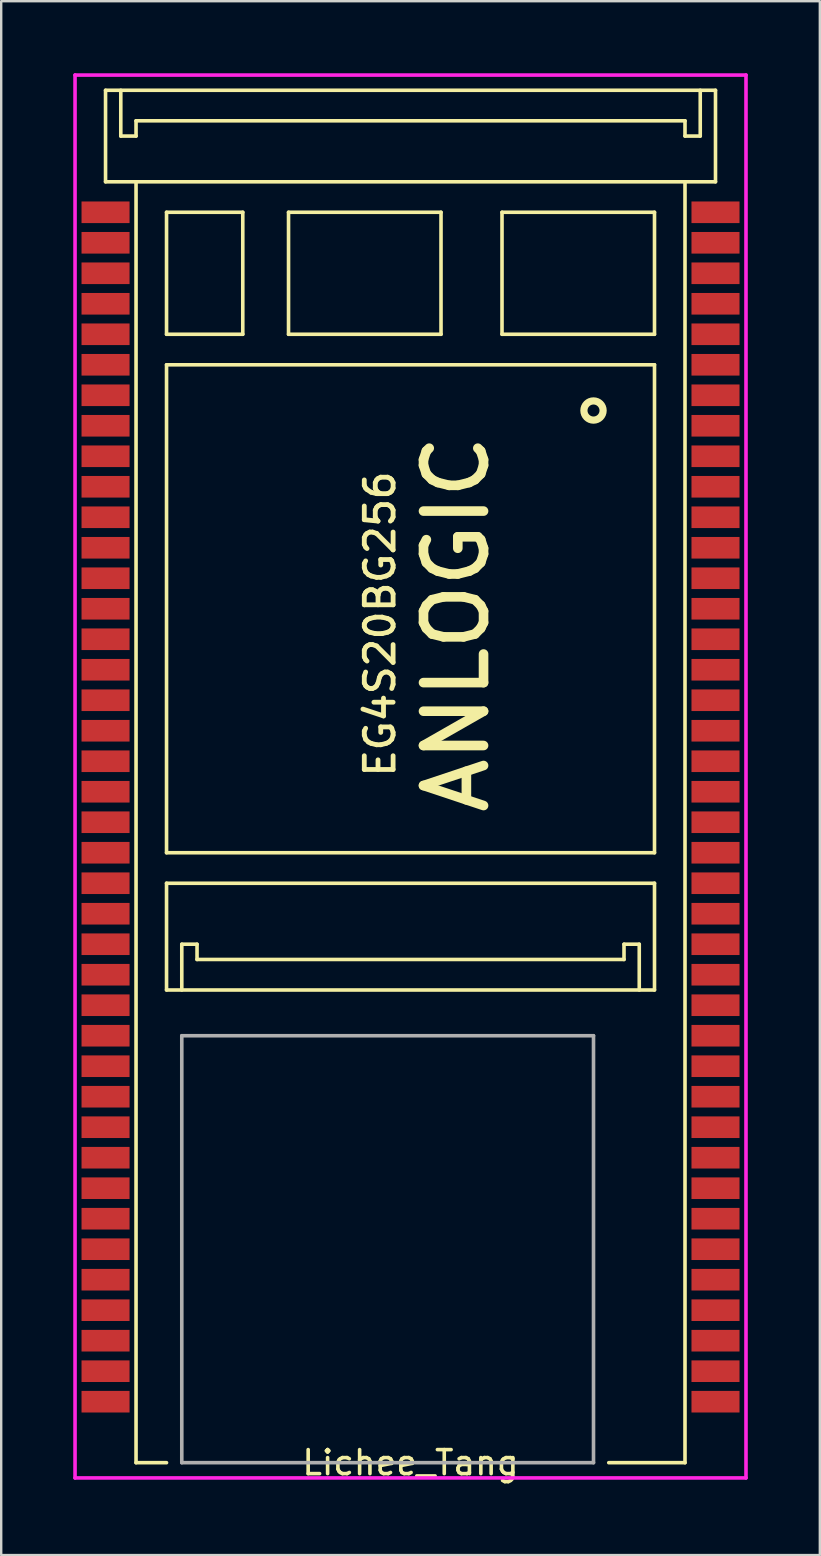
<source format=kicad_pcb>
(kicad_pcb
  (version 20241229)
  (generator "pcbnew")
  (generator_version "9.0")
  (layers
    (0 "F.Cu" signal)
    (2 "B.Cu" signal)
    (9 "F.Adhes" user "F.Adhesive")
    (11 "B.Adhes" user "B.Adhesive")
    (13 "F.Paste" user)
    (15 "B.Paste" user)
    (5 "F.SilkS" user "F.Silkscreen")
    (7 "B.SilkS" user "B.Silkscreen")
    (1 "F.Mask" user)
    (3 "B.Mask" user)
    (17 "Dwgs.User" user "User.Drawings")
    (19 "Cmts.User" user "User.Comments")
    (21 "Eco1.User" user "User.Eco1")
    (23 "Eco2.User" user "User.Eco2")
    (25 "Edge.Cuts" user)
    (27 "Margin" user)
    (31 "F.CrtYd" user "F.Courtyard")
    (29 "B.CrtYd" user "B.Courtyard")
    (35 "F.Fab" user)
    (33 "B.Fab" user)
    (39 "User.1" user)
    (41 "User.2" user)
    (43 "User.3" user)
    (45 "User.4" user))
  (footprint "Lichee_Tang"
    (layer "F.Cu")
    (at 14.045 29.92)
    (property "Reference" "Lichee_Tang" (at 0 27.94 0) (layer "F.SilkS") (effects (font (size 1 1) (thickness 0.15))))
    (attr through_hole)
    (fp_line (start -12.7 -29.21) (end 12.7 -29.21) (stroke (width 0.15) (type solid)) (layer "F.SilkS"))
    (fp_line (start -12.7 -25.4) (end -12.7 -29.21) (stroke (width 0.15) (type solid)) (layer "F.SilkS"))
    (fp_line (start -12.065 -29.21) (end -12.065 -27.305) (stroke (width 0.15) (type solid)) (layer "F.SilkS"))
    (fp_line (start -12.065 -27.305) (end -11.43 -27.305) (stroke (width 0.15) (type solid)) (layer "F.SilkS"))
    (fp_line (start -11.43 -27.94) (end 11.43 -27.94) (stroke (width 0.15) (type solid)) (layer "F.SilkS"))
    (fp_line (start -11.43 -27.305) (end -11.43 -27.94) (stroke (width 0.15) (type solid)) (layer "F.SilkS"))
    (fp_line (start -11.43 -25.4) (end -11.43 27.94) (stroke (width 0.15) (type solid)) (layer "F.SilkS"))
    (fp_line (start -11.43 27.94) (end -10.16 27.94) (stroke (width 0.15) (type solid)) (layer "F.SilkS"))
    (fp_line (start -10.16 -24.13) (end -6.985 -24.13) (stroke (width 0.15) (type solid)) (layer "F.SilkS"))
    (fp_line (start -10.16 -19.05) (end -10.16 -24.13) (stroke (width 0.15) (type solid)) (layer "F.SilkS"))
    (fp_line (start -10.16 -17.78) (end 10.16 -17.78) (stroke (width 0.15) (type solid)) (layer "F.SilkS"))
    (fp_line (start -10.16 2.54) (end -10.16 -17.78) (stroke (width 0.15) (type solid)) (layer "F.SilkS"))
    (fp_line (start -10.16 3.81) (end -10.16 8.255) (stroke (width 0.15) (type solid)) (layer "F.SilkS"))
    (fp_line (start -10.16 8.255) (end 10.16 8.255) (stroke (width 0.15) (type solid)) (layer "F.SilkS"))
    (fp_line (start -9.525 6.35) (end -8.89 6.35) (stroke (width 0.15) (type solid)) (layer "F.SilkS"))
    (fp_line (start -9.525 8.255) (end -9.525 6.35) (stroke (width 0.15) (type solid)) (layer "F.SilkS"))
    (fp_line (start -8.89 6.35) (end -8.89 6.985) (stroke (width 0.15) (type solid)) (layer "F.SilkS"))
    (fp_line (start -8.89 6.985) (end 8.89 6.985) (stroke (width 0.15) (type solid)) (layer "F.SilkS"))
    (fp_line (start -6.985 -24.13) (end -6.985 -19.05) (stroke (width 0.15) (type solid)) (layer "F.SilkS"))
    (fp_line (start -6.985 -19.05) (end -10.16 -19.05) (stroke (width 0.15) (type solid)) (layer "F.SilkS"))
    (fp_line (start -5.08 -24.13) (end -5.08 -19.05) (stroke (width 0.15) (type solid)) (layer "F.SilkS"))
    (fp_line (start -5.08 -19.05) (end 1.27 -19.05) (stroke (width 0.15) (type solid)) (layer "F.SilkS"))
    (fp_line (start 1.27 -24.13) (end -5.08 -24.13) (stroke (width 0.15) (type solid)) (layer "F.SilkS"))
    (fp_line (start 1.27 -19.05) (end 1.27 -24.13) (stroke (width 0.15) (type solid)) (layer "F.SilkS"))
    (fp_line (start 3.81 -24.13) (end 3.81 -19.05) (stroke (width 0.15) (type solid)) (layer "F.SilkS"))
    (fp_line (start 3.81 -19.05) (end 10.16 -19.05) (stroke (width 0.15) (type solid)) (layer "F.SilkS"))
    (fp_line (start 8.89 6.35) (end 9.525 6.35) (stroke (width 0.15) (type solid)) (layer "F.SilkS"))
    (fp_line (start 8.89 6.985) (end 8.89 6.35) (stroke (width 0.15) (type solid)) (layer "F.SilkS"))
    (fp_line (start 9.525 6.35) (end 9.525 8.255) (stroke (width 0.15) (type solid)) (layer "F.SilkS"))
    (fp_line (start 10.16 -24.13) (end 3.81 -24.13) (stroke (width 0.15) (type solid)) (layer "F.SilkS"))
    (fp_line (start 10.16 -19.05) (end 10.16 -24.13) (stroke (width 0.15) (type solid)) (layer "F.SilkS"))
    (fp_line (start 10.16 -17.78) (end 10.16 2.54) (stroke (width 0.15) (type solid)) (layer "F.SilkS"))
    (fp_line (start 10.16 2.54) (end -10.16 2.54) (stroke (width 0.15) (type solid)) (layer "F.SilkS"))
    (fp_line (start 10.16 3.81) (end -10.16 3.81) (stroke (width 0.15) (type solid)) (layer "F.SilkS"))
    (fp_line (start 10.16 8.255) (end 10.16 3.81) (stroke (width 0.15) (type solid)) (layer "F.SilkS"))
    (fp_line (start 11.43 -27.94) (end 11.43 -27.305) (stroke (width 0.15) (type solid)) (layer "F.SilkS"))
    (fp_line (start 11.43 -27.305) (end 12.065 -27.305) (stroke (width 0.15) (type solid)) (layer "F.SilkS"))
    (fp_line (start 11.43 -25.4) (end 11.43 27.94) (stroke (width 0.15) (type solid)) (layer "F.SilkS"))
    (fp_line (start 11.43 27.94) (end 8.255 27.94) (stroke (width 0.15) (type solid)) (layer "F.SilkS"))
    (fp_line (start 12.065 -27.305) (end 12.065 -29.21) (stroke (width 0.15) (type solid)) (layer "F.SilkS"))
    (fp_line (start 12.7 -29.21) (end 12.7 -25.4) (stroke (width 0.15) (type solid)) (layer "F.SilkS"))
    (fp_line (start 12.7 -25.4) (end -12.7 -25.4) (stroke (width 0.15) (type solid)) (layer "F.SilkS"))
    (fp_circle (center 7.62 -15.875) (end 8.02 -15.875) (stroke (width 0.3) (type solid)) (fill no) (layer "F.SilkS"))
    (fp_line (start -13.97 -29.845) (end -13.97 28.575) (stroke (width 0.15) (type solid)) (layer "F.CrtYd"))
    (fp_line (start -13.97 28.575) (end 13.97 28.575) (stroke (width 0.15) (type solid)) (layer "F.CrtYd"))
    (fp_line (start 13.97 -29.845) (end -13.97 -29.845) (stroke (width 0.15) (type solid)) (layer "F.CrtYd"))
    (fp_line (start 13.97 28.575) (end 13.97 -29.845) (stroke (width 0.15) (type solid)) (layer "F.CrtYd"))
    (fp_line (start -9.525 10.16) (end -9.525 27.94) (stroke (width 0.15) (type solid)) (layer "F.Fab"))
    (fp_line (start -9.525 27.94) (end 7.62 27.94) (stroke (width 0.15) (type solid)) (layer "F.Fab"))
    (fp_line (start 7.62 10.16) (end -9.525 10.16) (stroke (width 0.15) (type solid)) (layer "F.Fab"))
    (fp_line (start 7.62 27.94) (end 7.62 10.16) (stroke (width 0.15) (type solid)) (layer "F.Fab"))
    (fp_text user "ANLOGIC" (at 1.905 -6.985 270) (layer "F.SilkS") (effects (font (size 2.5 2.5) (thickness 0.4))))
    (fp_text user "EG4S20BG256" (at -1.27 -6.985 270) (layer "F.SilkS") (effects (font (size 1.2 1.2) (thickness 0.2))))
    (pad "1" smd rect (at -12.7 -24.13) (size 2 0.9) (layers "F.Cu" "F.Mask" "F.Paste"))
    (pad "2" smd rect (at -12.7 -22.86) (size 2 0.9) (layers "F.Cu" "F.Mask" "F.Paste"))
    (pad "3" smd rect (at -12.7 -21.59) (size 2 0.9) (layers "F.Cu" "F.Mask" "F.Paste"))
    (pad "4" smd rect (at -12.7 -20.32) (size 2 0.9) (layers "F.Cu" "F.Mask" "F.Paste"))
    (pad "5" smd rect (at -12.7 -19.05) (size 2 0.9) (layers "F.Cu" "F.Mask" "F.Paste"))
    (pad "6" smd rect (at -12.7 -17.78) (size 2 0.9) (layers "F.Cu" "F.Mask" "F.Paste"))
    (pad "7" smd rect (at -12.7 -16.51) (size 2 0.9) (layers "F.Cu" "F.Mask" "F.Paste"))
    (pad "8" smd rect (at -12.7 -15.24) (size 2 0.9) (layers "F.Cu" "F.Mask" "F.Paste"))
    (pad "9" smd rect (at -12.7 -13.97) (size 2 0.9) (layers "F.Cu" "F.Mask" "F.Paste"))
    (pad "10" smd rect (at -12.7 -12.7) (size 2 0.9) (layers "F.Cu" "F.Mask" "F.Paste"))
    (pad "11" smd rect (at -12.7 -11.43) (size 2 0.9) (layers "F.Cu" "F.Mask" "F.Paste"))
    (pad "12" smd rect (at -12.7 -10.16) (size 2 0.9) (layers "F.Cu" "F.Mask" "F.Paste"))
    (pad "13" smd rect (at -12.7 -8.89) (size 2 0.9) (layers "F.Cu" "F.Mask" "F.Paste"))
    (pad "14" smd rect (at -12.7 -7.62) (size 2 0.9) (layers "F.Cu" "F.Mask" "F.Paste"))
    (pad "15" smd rect (at -12.7 -6.35) (size 2 0.9) (layers "F.Cu" "F.Mask" "F.Paste"))
    (pad "16" smd rect (at -12.7 -5.08) (size 2 0.9) (layers "F.Cu" "F.Mask" "F.Paste"))
    (pad "17" smd rect (at -12.7 -3.81) (size 2 0.9) (layers "F.Cu" "F.Mask" "F.Paste"))
    (pad "18" smd rect (at -12.7 -2.54) (size 2 0.9) (layers "F.Cu" "F.Mask" "F.Paste"))
    (pad "19" smd rect (at -12.7 -1.27) (size 2 0.9) (layers "F.Cu" "F.Mask" "F.Paste"))
    (pad "20" smd rect (at -12.7 0) (size 2 0.9) (layers "F.Cu" "F.Mask" "F.Paste"))
    (pad "21" smd rect (at -12.7 1.27) (size 2 0.9) (layers "F.Cu" "F.Mask" "F.Paste"))
    (pad "22" smd rect (at -12.7 2.54) (size 2 0.9) (layers "F.Cu" "F.Mask" "F.Paste"))
    (pad "23" smd rect (at -12.7 3.81) (size 2 0.9) (layers "F.Cu" "F.Mask" "F.Paste"))
    (pad "24" smd rect (at -12.7 5.08) (size 2 0.9) (layers "F.Cu" "F.Mask" "F.Paste"))
    (pad "25" smd rect (at -12.7 6.35) (size 2 0.9) (layers "F.Cu" "F.Mask" "F.Paste"))
    (pad "26" smd rect (at -12.7 7.62) (size 2 0.9) (layers "F.Cu" "F.Mask" "F.Paste"))
    (pad "27" smd rect (at -12.7 8.89) (size 2 0.9) (layers "F.Cu" "F.Mask" "F.Paste"))
    (pad "28" smd rect (at -12.7 10.16) (size 2 0.9) (layers "F.Cu" "F.Mask" "F.Paste"))
    (pad "29" smd rect (at -12.7 11.43) (size 2 0.9) (layers "F.Cu" "F.Mask" "F.Paste"))
    (pad "30" smd rect (at -12.7 12.7) (size 2 0.9) (layers "F.Cu" "F.Mask" "F.Paste"))
    (pad "31" smd rect (at -12.7 13.97) (size 2 0.9) (layers "F.Cu" "F.Mask" "F.Paste"))
    (pad "32" smd rect (at -12.7 15.24) (size 2 0.9) (layers "F.Cu" "F.Mask" "F.Paste"))
    (pad "33" smd rect (at -12.7 16.51) (size 2 0.9) (layers "F.Cu" "F.Mask" "F.Paste"))
    (pad "34" smd rect (at -12.7 17.78) (size 2 0.9) (layers "F.Cu" "F.Mask" "F.Paste"))
    (pad "35" smd rect (at -12.7 19.05) (size 2 0.9) (layers "F.Cu" "F.Mask" "F.Paste"))
    (pad "36" smd rect (at -12.7 20.32) (size 2 0.9) (layers "F.Cu" "F.Mask" "F.Paste"))
    (pad "37" smd rect (at -12.7 21.59) (size 2 0.9) (layers "F.Cu" "F.Mask" "F.Paste"))
    (pad "38" smd rect (at -12.7 22.86) (size 2 0.9) (layers "F.Cu" "F.Mask" "F.Paste"))
    (pad "39" smd rect (at -12.7 24.13) (size 2 0.9) (layers "F.Cu" "F.Mask" "F.Paste"))
    (pad "40" smd rect (at -12.7 25.4) (size 2 0.9) (layers "F.Cu" "F.Mask" "F.Paste"))
    (pad "41" smd rect (at 12.7 25.4) (size 2 0.9) (layers "F.Cu" "F.Mask" "F.Paste"))
    (pad "42" smd rect (at 12.7 24.13) (size 2 0.9) (layers "F.Cu" "F.Mask" "F.Paste"))
    (pad "43" smd rect (at 12.7 22.86) (size 2 0.9) (layers "F.Cu" "F.Mask" "F.Paste"))
    (pad "44" smd rect (at 12.7 21.59) (size 2 0.9) (layers "F.Cu" "F.Mask" "F.Paste"))
    (pad "45" smd rect (at 12.7 20.32) (size 2 0.9) (layers "F.Cu" "F.Mask" "F.Paste"))
    (pad "46" smd rect (at 12.7 19.05) (size 2 0.9) (layers "F.Cu" "F.Mask" "F.Paste"))
    (pad "47" smd rect (at 12.7 17.78) (size 2 0.9) (layers "F.Cu" "F.Mask" "F.Paste"))
    (pad "48" smd rect (at 12.7 16.51) (size 2 0.9) (layers "F.Cu" "F.Mask" "F.Paste"))
    (pad "49" smd rect (at 12.7 15.24) (size 2 0.9) (layers "F.Cu" "F.Mask" "F.Paste"))
    (pad "50" smd rect (at 12.7 13.97) (size 2 0.9) (layers "F.Cu" "F.Mask" "F.Paste"))
    (pad "51" smd rect (at 12.7 12.7) (size 2 0.9) (layers "F.Cu" "F.Mask" "F.Paste"))
    (pad "52" smd rect (at 12.7 11.43) (size 2 0.9) (layers "F.Cu" "F.Mask" "F.Paste"))
    (pad "53" smd rect (at 12.7 10.16) (size 2 0.9) (layers "F.Cu" "F.Mask" "F.Paste"))
    (pad "54" smd rect (at 12.7 8.89) (size 2 0.9) (layers "F.Cu" "F.Mask" "F.Paste"))
    (pad "55" smd rect (at 12.7 7.62) (size 2 0.9) (layers "F.Cu" "F.Mask" "F.Paste"))
    (pad "56" smd rect (at 12.7 6.35) (size 2 0.9) (layers "F.Cu" "F.Mask" "F.Paste"))
    (pad "57" smd rect (at 12.7 5.08) (size 2 0.9) (layers "F.Cu" "F.Mask" "F.Paste"))
    (pad "58" smd rect (at 12.7 3.81) (size 2 0.9) (layers "F.Cu" "F.Mask" "F.Paste"))
    (pad "59" smd rect (at 12.7 2.54) (size 2 0.9) (layers "F.Cu" "F.Mask" "F.Paste"))
    (pad "60" smd rect (at 12.7 1.27) (size 2 0.9) (layers "F.Cu" "F.Mask" "F.Paste"))
    (pad "61" smd rect (at 12.7 0) (size 2 0.9) (layers "F.Cu" "F.Mask" "F.Paste"))
    (pad "62" smd rect (at 12.7 -1.27) (size 2 0.9) (layers "F.Cu" "F.Mask" "F.Paste"))
    (pad "63" smd rect (at 12.7 -2.54) (size 2 0.9) (layers "F.Cu" "F.Mask" "F.Paste"))
    (pad "64" smd rect (at 12.7 -3.81) (size 2 0.9) (layers "F.Cu" "F.Mask" "F.Paste"))
    (pad "65" smd rect (at 12.7 -5.08) (size 2 0.9) (layers "F.Cu" "F.Mask" "F.Paste"))
    (pad "66" smd rect (at 12.7 -6.35) (size 2 0.9) (layers "F.Cu" "F.Mask" "F.Paste"))
    (pad "67" smd rect (at 12.7 -7.62) (size 2 0.9) (layers "F.Cu" "F.Mask" "F.Paste"))
    (pad "68" smd rect (at 12.7 -8.89) (size 2 0.9) (layers "F.Cu" "F.Mask" "F.Paste"))
    (pad "69" smd rect (at 12.7 -10.16) (size 2 0.9) (layers "F.Cu" "F.Mask" "F.Paste"))
    (pad "70" smd rect (at 12.7 -11.43) (size 2 0.9) (layers "F.Cu" "F.Mask" "F.Paste"))
    (pad "71" smd rect (at 12.7 -12.7) (size 2 0.9) (layers "F.Cu" "F.Mask" "F.Paste"))
    (pad "72" smd rect (at 12.7 -13.97) (size 2 0.9) (layers "F.Cu" "F.Mask" "F.Paste"))
    (pad "73" smd rect (at 12.7 -15.24) (size 2 0.9) (layers "F.Cu" "F.Mask" "F.Paste"))
    (pad "74" smd rect (at 12.7 -16.51) (size 2 0.9) (layers "F.Cu" "F.Mask" "F.Paste"))
    (pad "75" smd rect (at 12.7 -17.78) (size 2 0.9) (layers "F.Cu" "F.Mask" "F.Paste"))
    (pad "76" smd rect (at 12.7 -19.05) (size 2 0.9) (layers "F.Cu" "F.Mask" "F.Paste"))
    (pad "77" smd rect (at 12.7 -20.32) (size 2 0.9) (layers "F.Cu" "F.Mask" "F.Paste"))
    (pad "78" smd rect (at 12.7 -21.59) (size 2 0.9) (layers "F.Cu" "F.Mask" "F.Paste"))
    (pad "79" smd rect (at 12.7 -22.86) (size 2 0.9) (layers "F.Cu" "F.Mask" "F.Paste"))
    (pad "80" smd rect (at 12.7 -24.13) (size 2 0.9) (layers "F.Cu" "F.Mask" "F.Paste")))
  (gr_rect
    (start -3 -3)
    (end 31.09 61.708)
    (stroke (width 0.1) (type default))
    (fill no)
    (layer "Edge.Cuts")))
</source>
